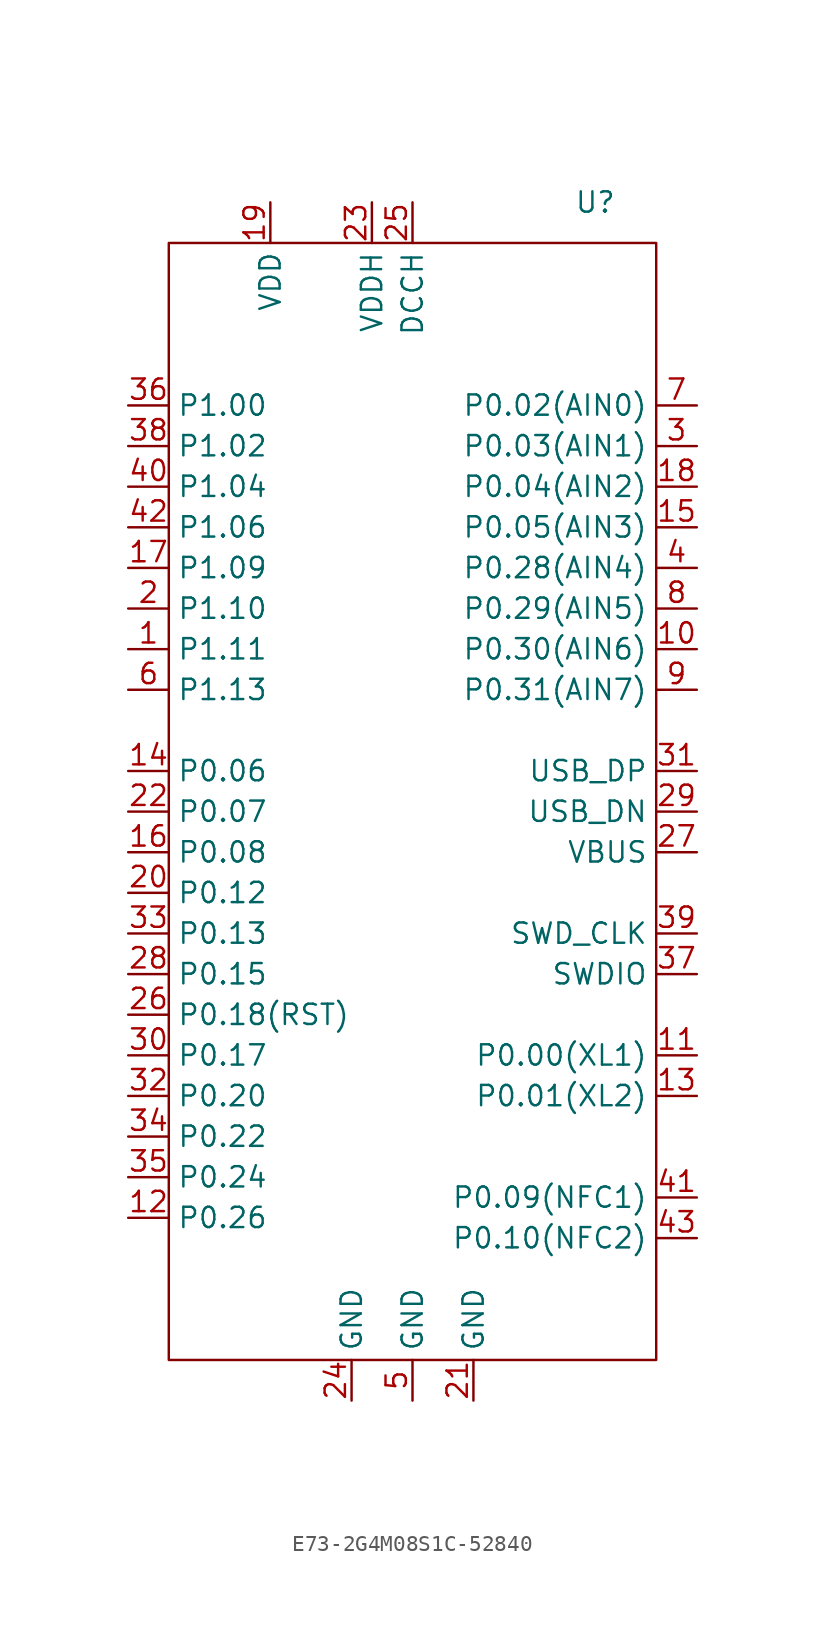
<source format=kicad_sym>
(kicad_symbol_lib
  (version 20220914)
  (generator kicad_symbol_editor)
  (symbol "E73-2G4M08S1C-52840"
    (property "Reference" "U"
      (at 26.67 72.39 0)
      (effects (font (size 1.27 1.27))))
    (property "Value" ""
      (at 0 0 0)
      (effects (font (size 1.27 1.27))))
    (symbol "E73-2G4M08S1C-52840_0_1"
      (rectangle (start 0 69.85) (end 30.48 0) (stroke (width 0) (type default)) (fill (type none))))
    (symbol "E73-2G4M08S1C-52840_1_1"
      (pin input line (at -2.54 44.45 0) (length 2.54) (name "P1.11" (effects (font (size 1.27 1.27)))) (number "1" (effects (font (size 1.27 1.27)))))
      (pin input line (at 33.02 44.45 180) (length 2.54) (name "P0.30(AIN6)" (effects (font (size 1.27 1.27)))) (number "10" (effects (font (size 1.27 1.27)))))
      (pin input line (at 33.02 19.05 180) (length 2.54) (name "P0.00(XL1)" (effects (font (size 1.27 1.27)))) (number "11" (effects (font (size 1.27 1.27)))))
      (pin input line (at -2.54 8.89 0) (length 2.54) (name "P0.26" (effects (font (size 1.27 1.27)))) (number "12" (effects (font (size 1.27 1.27)))))
      (pin input line (at 33.02 16.51 180) (length 2.54) (name "P0.01(XL2)" (effects (font (size 1.27 1.27)))) (number "13" (effects (font (size 1.27 1.27)))))
      (pin input line (at -2.54 36.83 0) (length 2.54) (name "P0.06" (effects (font (size 1.27 1.27)))) (number "14" (effects (font (size 1.27 1.27)))))
      (pin input line (at 33.02 52.07 180) (length 2.54) (name "P0.05(AIN3)" (effects (font (size 1.27 1.27)))) (number "15" (effects (font (size 1.27 1.27)))))
      (pin input line (at -2.54 31.75 0) (length 2.54) (name "P0.08" (effects (font (size 1.27 1.27)))) (number "16" (effects (font (size 1.27 1.27)))))
      (pin input line (at -2.54 49.53 0) (length 2.54) (name "P1.09" (effects (font (size 1.27 1.27)))) (number "17" (effects (font (size 1.27 1.27)))))
      (pin input line (at 33.02 54.61 180) (length 2.54) (name "P0.04(AIN2)" (effects (font (size 1.27 1.27)))) (number "18" (effects (font (size 1.27 1.27)))))
      (pin input line (at 6.35 72.39 270) (length 2.54) (name "VDD" (effects (font (size 1.27 1.27)))) (number "19" (effects (font (size 1.27 1.27)))))
      (pin input line (at -2.54 46.99 0) (length 2.54) (name "P1.10" (effects (font (size 1.27 1.27)))) (number "2" (effects (font (size 1.27 1.27)))))
      (pin input line (at -2.54 29.21 0) (length 2.54) (name "P0.12" (effects (font (size 1.27 1.27)))) (number "20" (effects (font (size 1.27 1.27)))))
      (pin input line (at 19.05 -2.54 90) (length 2.54) (name "GND" (effects (font (size 1.27 1.27)))) (number "21" (effects (font (size 1.27 1.27)))))
      (pin input line (at -2.54 34.29 0) (length 2.54) (name "P0.07" (effects (font (size 1.27 1.27)))) (number "22" (effects (font (size 1.27 1.27)))))
      (pin input line (at 12.7 72.39 270) (length 2.54) (name "VDDH" (effects (font (size 1.27 1.27)))) (number "23" (effects (font (size 1.27 1.27)))))
      (pin input line (at 11.43 -2.54 90) (length 2.54) (name "GND" (effects (font (size 1.27 1.27)))) (number "24" (effects (font (size 1.27 1.27)))))
      (pin input line (at 15.24 72.39 270) (length 2.54) (name "DCCH" (effects (font (size 1.27 1.27)))) (number "25" (effects (font (size 1.27 1.27)))))
      (pin input line (at -2.54 21.59 0) (length 2.54) (name "P0.18(RST)" (effects (font (size 1.27 1.27)))) (number "26" (effects (font (size 1.27 1.27)))))
      (pin input line (at 33.02 31.75 180) (length 2.54) (name "VBUS" (effects (font (size 1.27 1.27)))) (number "27" (effects (font (size 1.27 1.27)))))
      (pin input line (at -2.54 24.13 0) (length 2.54) (name "P0.15" (effects (font (size 1.27 1.27)))) (number "28" (effects (font (size 1.27 1.27)))))
      (pin input line (at 33.02 34.29 180) (length 2.54) (name "USB_DN" (effects (font (size 1.27 1.27)))) (number "29" (effects (font (size 1.27 1.27)))))
      (pin input line (at 33.02 57.15 180) (length 2.54) (name "P0.03(AIN1)" (effects (font (size 1.27 1.27)))) (number "3" (effects (font (size 1.27 1.27)))))
      (pin input line (at -2.54 19.05 0) (length 2.54) (name "P0.17" (effects (font (size 1.27 1.27)))) (number "30" (effects (font (size 1.27 1.27)))))
      (pin input line (at 33.02 36.83 180) (length 2.54) (name "USB_DP" (effects (font (size 1.27 1.27)))) (number "31" (effects (font (size 1.27 1.27)))))
      (pin input line (at -2.54 16.51 0) (length 2.54) (name "P0.20" (effects (font (size 1.27 1.27)))) (number "32" (effects (font (size 1.27 1.27)))))
      (pin input line (at -2.54 26.67 0) (length 2.54) (name "P0.13" (effects (font (size 1.27 1.27)))) (number "33" (effects (font (size 1.27 1.27)))))
      (pin input line (at -2.54 13.97 0) (length 2.54) (name "P0.22" (effects (font (size 1.27 1.27)))) (number "34" (effects (font (size 1.27 1.27)))))
      (pin input line (at -2.54 11.43 0) (length 2.54) (name "P0.24" (effects (font (size 1.27 1.27)))) (number "35" (effects (font (size 1.27 1.27)))))
      (pin input line (at -2.54 59.69 0) (length 2.54) (name "P1.00" (effects (font (size 1.27 1.27)))) (number "36" (effects (font (size 1.27 1.27)))))
      (pin input line (at 33.02 24.13 180) (length 2.54) (name "SWDIO" (effects (font (size 1.27 1.27)))) (number "37" (effects (font (size 1.27 1.27)))))
      (pin input line (at -2.54 57.15 0) (length 2.54) (name "P1.02" (effects (font (size 1.27 1.27)))) (number "38" (effects (font (size 1.27 1.27)))))
      (pin input line (at 33.02 26.67 180) (length 2.54) (name "SWD_CLK" (effects (font (size 1.27 1.27)))) (number "39" (effects (font (size 1.27 1.27)))))
      (pin input line (at 33.02 49.53 180) (length 2.54) (name "P0.28(AIN4)" (effects (font (size 1.27 1.27)))) (number "4" (effects (font (size 1.27 1.27)))))
      (pin input line (at -2.54 54.61 0) (length 2.54) (name "P1.04" (effects (font (size 1.27 1.27)))) (number "40" (effects (font (size 1.27 1.27)))))
      (pin input line (at 33.02 10.16 180) (length 2.54) (name "P0.09(NFC1)" (effects (font (size 1.27 1.27)))) (number "41" (effects (font (size 1.27 1.27)))))
      (pin input line (at -2.54 52.07 0) (length 2.54) (name "P1.06" (effects (font (size 1.27 1.27)))) (number "42" (effects (font (size 1.27 1.27)))))
      (pin input line (at 33.02 7.62 180) (length 2.54) (name "P0.10(NFC2)" (effects (font (size 1.27 1.27)))) (number "43" (effects (font (size 1.27 1.27)))))
      (pin input line (at 15.24 -2.54 90) (length 2.54) (name "GND" (effects (font (size 1.27 1.27)))) (number "5" (effects (font (size 1.27 1.27)))))
      (pin input line (at -2.54 41.91 0) (length 2.54) (name "P1.13" (effects (font (size 1.27 1.27)))) (number "6" (effects (font (size 1.27 1.27)))))
      (pin input line (at 33.02 59.69 180) (length 2.54) (name "P0.02(AIN0)" (effects (font (size 1.27 1.27)))) (number "7" (effects (font (size 1.27 1.27)))))
      (pin input line (at 33.02 46.99 180) (length 2.54) (name "P0.29(AIN5)" (effects (font (size 1.27 1.27)))) (number "8" (effects (font (size 1.27 1.27)))))
      (pin input line (at 33.02 41.91 180) (length 2.54) (name "P0.31(AIN7)" (effects (font (size 1.27 1.27)))) (number "9" (effects (font (size 1.27 1.27))))))))
</source>
